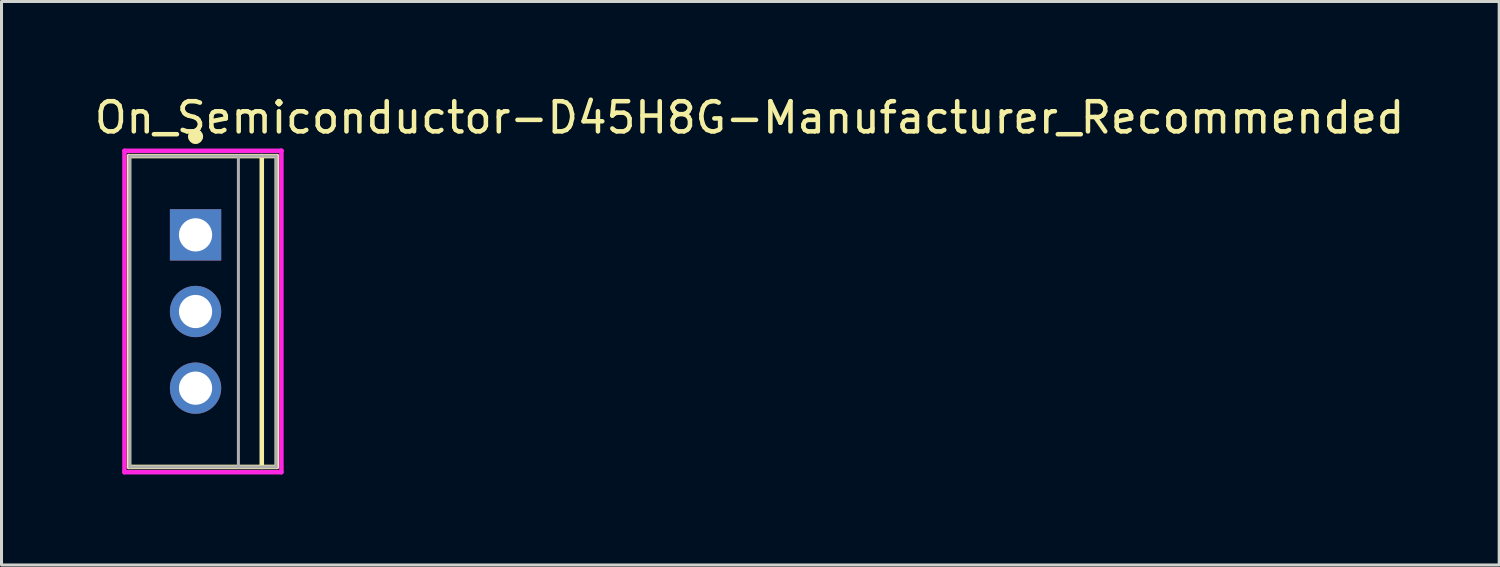
<source format=kicad_pcb>
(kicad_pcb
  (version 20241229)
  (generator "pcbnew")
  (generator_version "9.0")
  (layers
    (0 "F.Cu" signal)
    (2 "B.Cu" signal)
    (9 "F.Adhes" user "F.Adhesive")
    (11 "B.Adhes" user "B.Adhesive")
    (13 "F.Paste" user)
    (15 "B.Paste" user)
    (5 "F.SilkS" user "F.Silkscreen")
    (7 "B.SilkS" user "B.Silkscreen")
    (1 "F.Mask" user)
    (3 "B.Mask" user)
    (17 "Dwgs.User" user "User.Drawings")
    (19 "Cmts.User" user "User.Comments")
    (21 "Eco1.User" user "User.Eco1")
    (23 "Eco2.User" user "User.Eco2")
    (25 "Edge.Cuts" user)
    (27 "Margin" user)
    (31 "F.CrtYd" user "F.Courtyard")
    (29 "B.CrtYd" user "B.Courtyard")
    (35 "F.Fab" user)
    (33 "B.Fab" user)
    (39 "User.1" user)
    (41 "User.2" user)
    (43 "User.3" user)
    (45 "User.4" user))
  (footprint "On_Semiconductor-D45H8G-Manufacturer_Recommended"
    (layer "F.Cu")
    (at 3.43 7.273)
    (property "Reference" "On_Semiconductor-D45H8G-Manufacturer_Recommended" (at -3.43 -6.425 0) (layer "F.SilkS") (effects (font (size 1 1) (thickness 0.15)) (justify left)))
    (attr through_hole)
    (fp_line (start -2.205 -5.15) (end 2.695 -5.15) (stroke (width 0.15) (type solid)) (layer "F.SilkS"))
    (fp_line (start -2.205 5.15) (end -2.205 -5.15) (stroke (width 0.15) (type solid)) (layer "F.SilkS"))
    (fp_line (start -2.205 5.15) (end 2.695 5.15) (stroke (width 0.15) (type solid)) (layer "F.SilkS"))
    (fp_line (start 2.195 5.15) (end 2.195 -5.15) (stroke (width 0.15) (type solid)) (layer "F.SilkS"))
    (fp_line (start 2.695 5.15) (end 2.695 -5.15) (stroke (width 0.15) (type solid)) (layer "F.SilkS"))
    (fp_circle (center 0 -5.8) (end 0.125 -5.8) (stroke (width 0.25) (type solid)) (fill no) (layer "F.SilkS"))
    (fp_line (start -2.355 -5.325) (end -2.355 5.325) (stroke (width 0.15) (type solid)) (layer "F.CrtYd"))
    (fp_line (start -2.355 5.325) (end 2.845 5.325) (stroke (width 0.15) (type solid)) (layer "F.CrtYd"))
    (fp_line (start 2.845 -5.325) (end -2.355 -5.325) (stroke (width 0.15) (type solid)) (layer "F.CrtYd"))
    (fp_line (start 2.845 -5.325) (end 2.845 -5.325) (stroke (width 0.15) (type solid)) (layer "F.CrtYd"))
    (fp_line (start 2.845 5.325) (end 2.845 -5.325) (stroke (width 0.15) (type solid)) (layer "F.CrtYd"))
    (fp_line (start -2.18 -5.15) (end 2.67 -5.15) (stroke (width 0.1) (type solid)) (layer "F.Fab"))
    (fp_line (start -2.18 5.15) (end -2.18 -5.15) (stroke (width 0.1) (type solid)) (layer "F.Fab"))
    (fp_line (start -2.18 5.15) (end 2.67 5.15) (stroke (width 0.1) (type solid)) (layer "F.Fab"))
    (fp_line (start 1.42 5.15) (end 1.42 -5.15) (stroke (width 0.1) (type solid)) (layer "F.Fab"))
    (fp_line (start 2.67 5.15) (end 2.67 -5.15) (stroke (width 0.1) (type solid)) (layer "F.Fab"))
    (pad "1" thru_hole rect (at 0 -2.54) (size 1.7 1.7) (drill 1.1) (layers "*.Cu"))
    (pad "2" thru_hole circle (at 0 0) (size 1.7 1.7) (drill 1.1) (layers "*.Cu"))
    (pad "3" thru_hole circle (at 0 2.54) (size 1.7 1.7) (drill 1.1) (layers "*.Cu")))
  (gr_rect
    (start -3 -3)
    (end 46.631 15.673)
    (stroke (width 0.1) (type default))
    (fill no)
    (layer "Edge.Cuts")))
</source>
